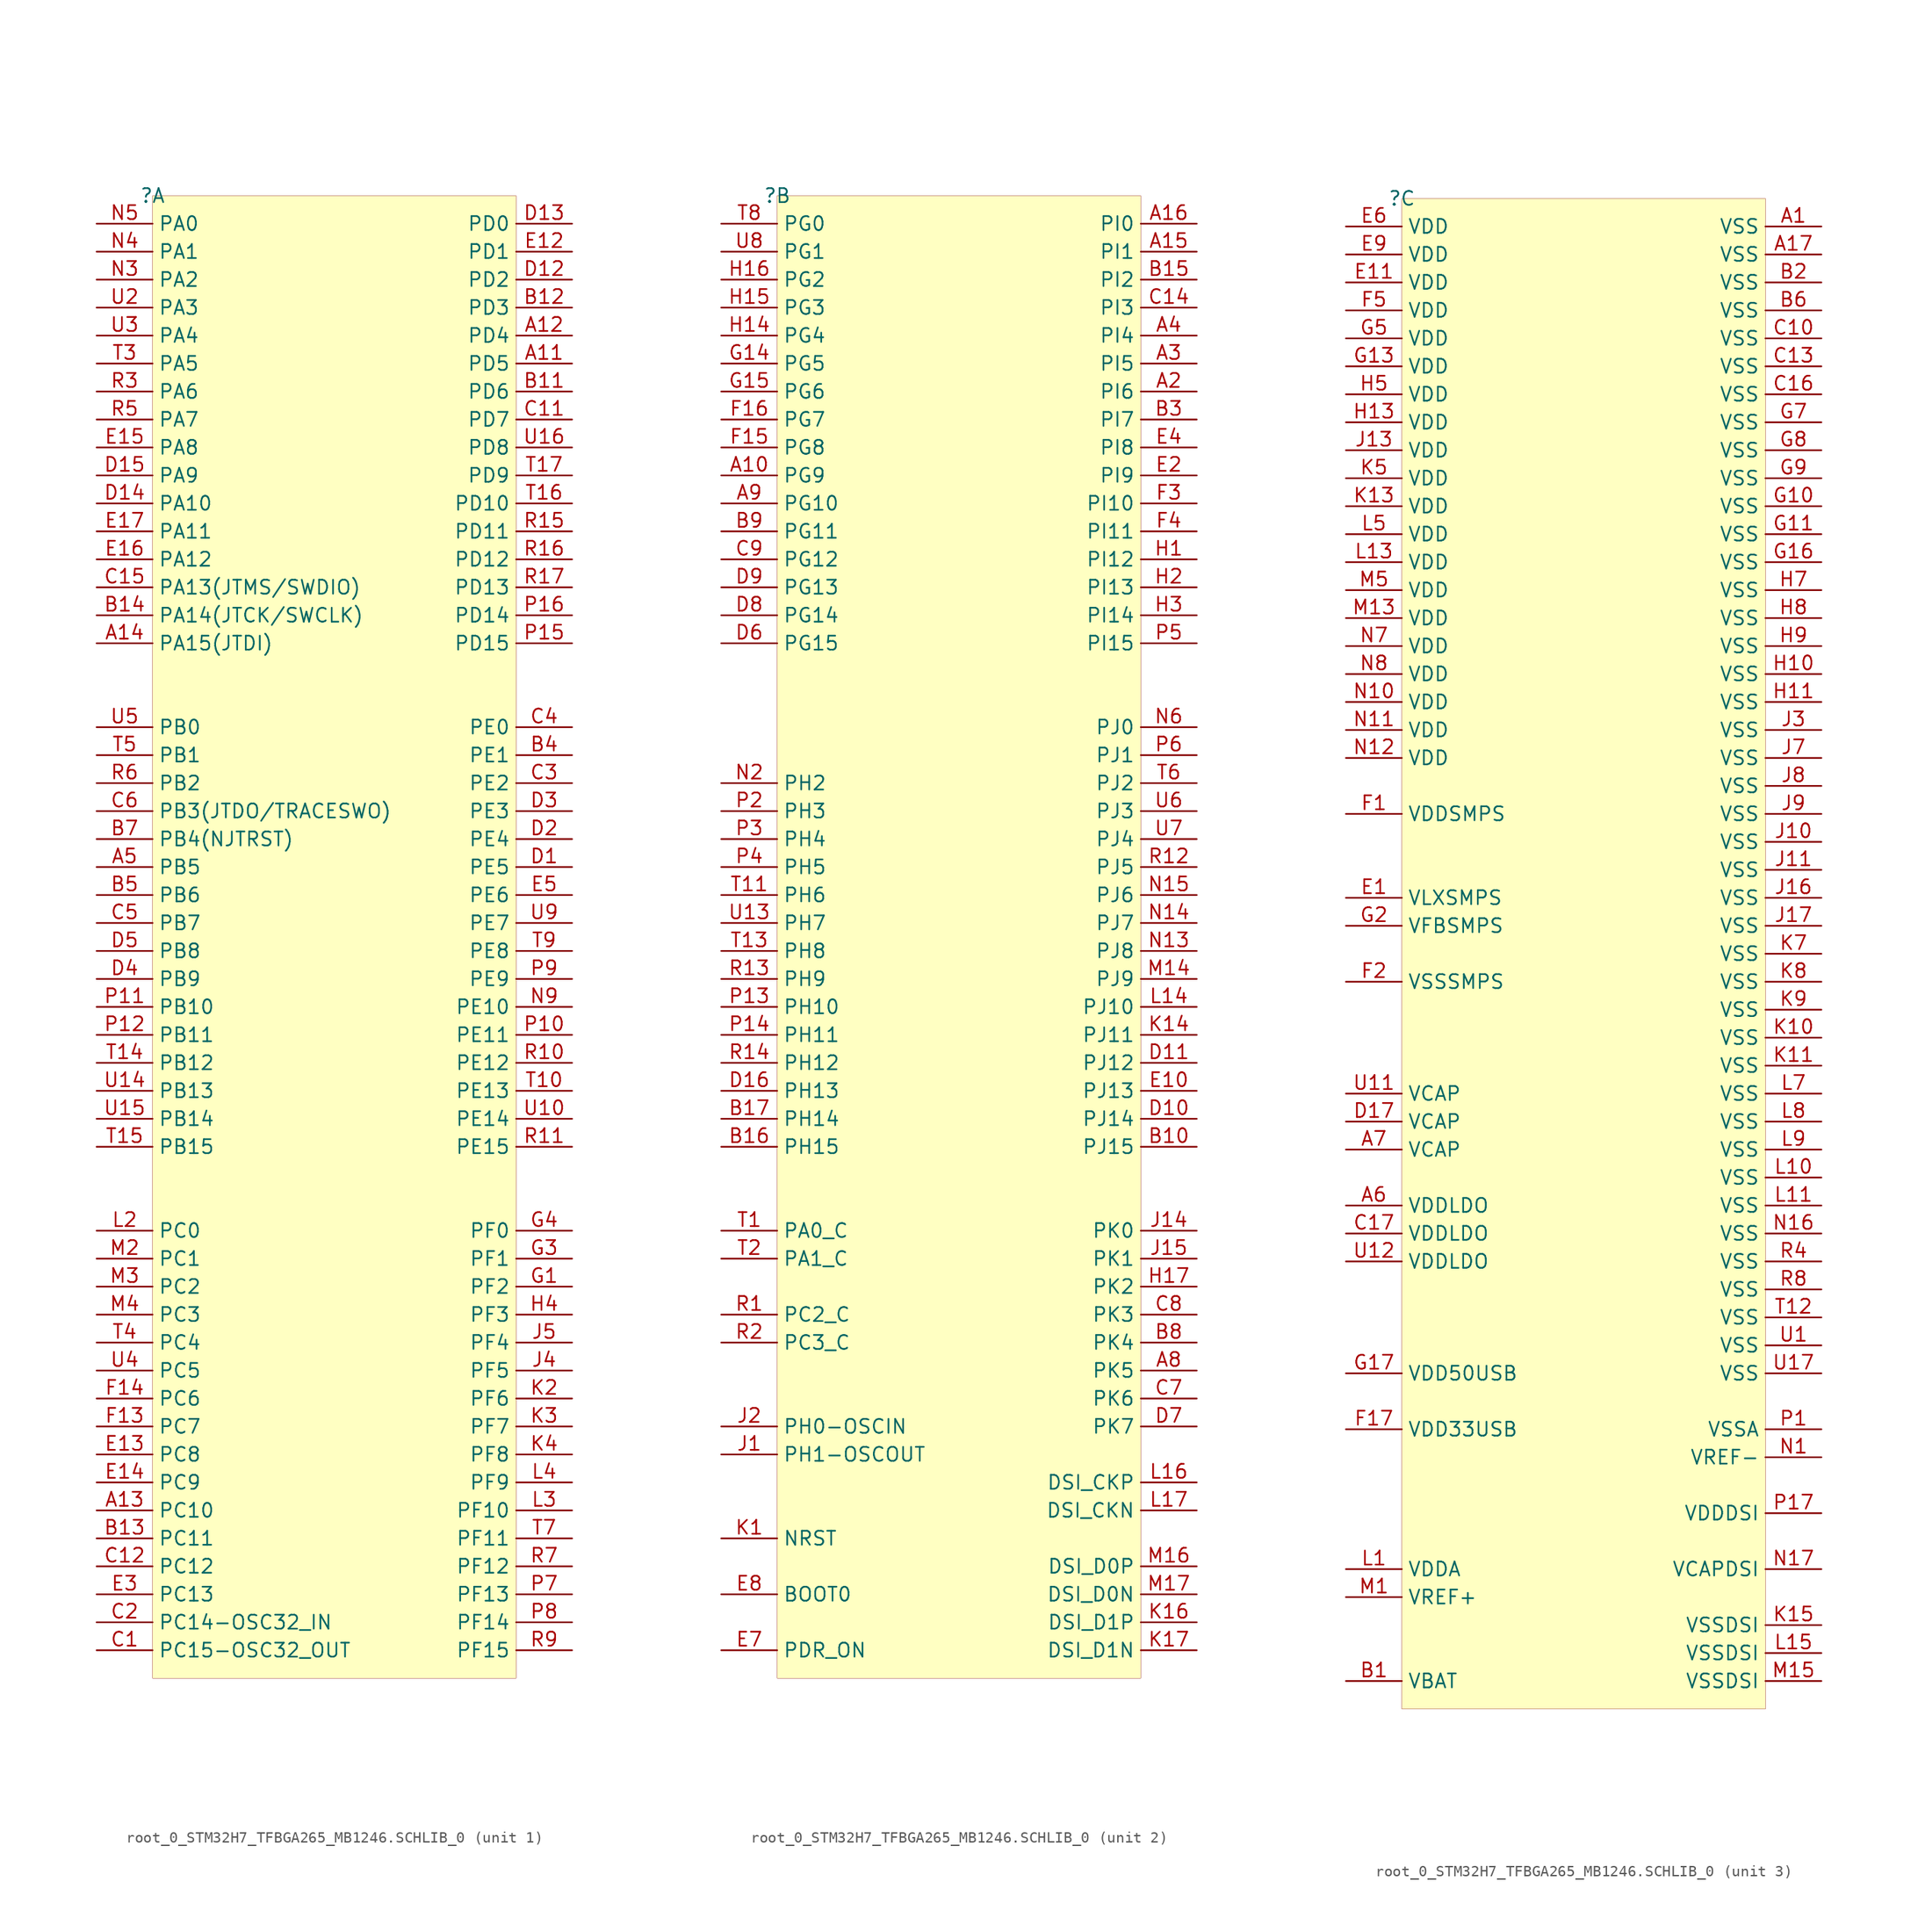
<source format=kicad_sym>
(kicad_symbol_lib
  (version 20241209)
  (generator "kicad_symbol_editor")
  (generator_version "9.0")
  (symbol "root_0_STM32H7_TFBGA265_MB1246.SCHLIB_0"
    (property "Reference" ""
      (at 0 0 0)
      (effects (font (size 1.27 1.27))))
    (property "Value" ""
      (at 0 0 0)
      (effects (font (size 1.27 1.27))))
    (symbol "root_0_STM32H7_TFBGA265_MB1246.SCHLIB_0_1_0"
      (rectangle (start 33.02 0) (end 0 -134.62) (stroke (width 0.025) (type solid) (color 128 0 0 1)) (fill (type background)))
      (pin passive line (at -5.08 -2.54 0) (length 5.08) (name "PA0" (effects (font (size 1.27 1.27)))) (number "N5" (effects (font (size 1.27 1.27)))))
      (pin passive line (at -5.08 -5.08 0) (length 5.08) (name "PA1" (effects (font (size 1.27 1.27)))) (number "N4" (effects (font (size 1.27 1.27)))))
      (pin passive line (at -5.08 -7.62 0) (length 5.08) (name "PA2" (effects (font (size 1.27 1.27)))) (number "N3" (effects (font (size 1.27 1.27)))))
      (pin passive line (at -5.08 -10.16 0) (length 5.08) (name "PA3" (effects (font (size 1.27 1.27)))) (number "U2" (effects (font (size 1.27 1.27)))))
      (pin passive line (at -5.08 -12.7 0) (length 5.08) (name "PA4" (effects (font (size 1.27 1.27)))) (number "U3" (effects (font (size 1.27 1.27)))))
      (pin passive line (at -5.08 -15.24 0) (length 5.08) (name "PA5" (effects (font (size 1.27 1.27)))) (number "T3" (effects (font (size 1.27 1.27)))))
      (pin passive line (at -5.08 -17.78 0) (length 5.08) (name "PA6" (effects (font (size 1.27 1.27)))) (number "R3" (effects (font (size 1.27 1.27)))))
      (pin passive line (at -5.08 -20.32 0) (length 5.08) (name "PA7" (effects (font (size 1.27 1.27)))) (number "R5" (effects (font (size 1.27 1.27)))))
      (pin passive line (at -5.08 -22.86 0) (length 5.08) (name "PA8" (effects (font (size 1.27 1.27)))) (number "E15" (effects (font (size 1.27 1.27)))))
      (pin passive line (at -5.08 -25.4 0) (length 5.08) (name "PA9" (effects (font (size 1.27 1.27)))) (number "D15" (effects (font (size 1.27 1.27)))))
      (pin passive line (at -5.08 -27.94 0) (length 5.08) (name "PA10" (effects (font (size 1.27 1.27)))) (number "D14" (effects (font (size 1.27 1.27)))))
      (pin passive line (at -5.08 -30.48 0) (length 5.08) (name "PA11" (effects (font (size 1.27 1.27)))) (number "E17" (effects (font (size 1.27 1.27)))))
      (pin passive line (at -5.08 -33.02 0) (length 5.08) (name "PA12" (effects (font (size 1.27 1.27)))) (number "E16" (effects (font (size 1.27 1.27)))))
      (pin passive line (at -5.08 -35.56 0) (length 5.08) (name "PA13(JTMS/SWDIO)" (effects (font (size 1.27 1.27)))) (number "C15" (effects (font (size 1.27 1.27)))))
      (pin passive line (at -5.08 -38.1 0) (length 5.08) (name "PA14(JTCK/SWCLK)" (effects (font (size 1.27 1.27)))) (number "B14" (effects (font (size 1.27 1.27)))))
      (pin passive line (at -5.08 -40.64 0) (length 5.08) (name "PA15(JTDI)" (effects (font (size 1.27 1.27)))) (number "A14" (effects (font (size 1.27 1.27)))))
      (pin passive line (at -5.08 -48.26 0) (length 5.08) (name "PB0" (effects (font (size 1.27 1.27)))) (number "U5" (effects (font (size 1.27 1.27)))))
      (pin passive line (at -5.08 -50.8 0) (length 5.08) (name "PB1" (effects (font (size 1.27 1.27)))) (number "T5" (effects (font (size 1.27 1.27)))))
      (pin passive line (at -5.08 -53.34 0) (length 5.08) (name "PB2" (effects (font (size 1.27 1.27)))) (number "R6" (effects (font (size 1.27 1.27)))))
      (pin passive line (at -5.08 -55.88 0) (length 5.08) (name "PB3(JTDO/TRACESWO)" (effects (font (size 1.27 1.27)))) (number "C6" (effects (font (size 1.27 1.27)))))
      (pin passive line (at -5.08 -58.42 0) (length 5.08) (name "PB4(NJTRST)" (effects (font (size 1.27 1.27)))) (number "B7" (effects (font (size 1.27 1.27)))))
      (pin passive line (at -5.08 -60.96 0) (length 5.08) (name "PB5" (effects (font (size 1.27 1.27)))) (number "A5" (effects (font (size 1.27 1.27)))))
      (pin passive line (at -5.08 -63.5 0) (length 5.08) (name "PB6" (effects (font (size 1.27 1.27)))) (number "B5" (effects (font (size 1.27 1.27)))))
      (pin passive line (at -5.08 -66.04 0) (length 5.08) (name "PB7" (effects (font (size 1.27 1.27)))) (number "C5" (effects (font (size 1.27 1.27)))))
      (pin passive line (at -5.08 -68.58 0) (length 5.08) (name "PB8" (effects (font (size 1.27 1.27)))) (number "D5" (effects (font (size 1.27 1.27)))))
      (pin passive line (at -5.08 -71.12 0) (length 5.08) (name "PB9" (effects (font (size 1.27 1.27)))) (number "D4" (effects (font (size 1.27 1.27)))))
      (pin passive line (at -5.08 -73.66 0) (length 5.08) (name "PB10" (effects (font (size 1.27 1.27)))) (number "P11" (effects (font (size 1.27 1.27)))))
      (pin passive line (at -5.08 -76.2 0) (length 5.08) (name "PB11" (effects (font (size 1.27 1.27)))) (number "P12" (effects (font (size 1.27 1.27)))))
      (pin passive line (at -5.08 -78.74 0) (length 5.08) (name "PB12" (effects (font (size 1.27 1.27)))) (number "T14" (effects (font (size 1.27 1.27)))))
      (pin passive line (at -5.08 -81.28 0) (length 5.08) (name "PB13" (effects (font (size 1.27 1.27)))) (number "U14" (effects (font (size 1.27 1.27)))))
      (pin passive line (at -5.08 -83.82 0) (length 5.08) (name "PB14" (effects (font (size 1.27 1.27)))) (number "U15" (effects (font (size 1.27 1.27)))))
      (pin passive line (at -5.08 -86.36 0) (length 5.08) (name "PB15" (effects (font (size 1.27 1.27)))) (number "T15" (effects (font (size 1.27 1.27)))))
      (pin passive line (at -5.08 -93.98 0) (length 5.08) (name "PC0" (effects (font (size 1.27 1.27)))) (number "L2" (effects (font (size 1.27 1.27)))))
      (pin passive line (at -5.08 -96.52 0) (length 5.08) (name "PC1" (effects (font (size 1.27 1.27)))) (number "M2" (effects (font (size 1.27 1.27)))))
      (pin passive line (at -5.08 -99.06 0) (length 5.08) (name "PC2" (effects (font (size 1.27 1.27)))) (number "M3" (effects (font (size 1.27 1.27)))))
      (pin passive line (at -5.08 -101.6 0) (length 5.08) (name "PC3" (effects (font (size 1.27 1.27)))) (number "M4" (effects (font (size 1.27 1.27)))))
      (pin passive line (at -5.08 -104.14 0) (length 5.08) (name "PC4" (effects (font (size 1.27 1.27)))) (number "T4" (effects (font (size 1.27 1.27)))))
      (pin passive line (at -5.08 -106.68 0) (length 5.08) (name "PC5" (effects (font (size 1.27 1.27)))) (number "U4" (effects (font (size 1.27 1.27)))))
      (pin passive line (at -5.08 -109.22 0) (length 5.08) (name "PC6" (effects (font (size 1.27 1.27)))) (number "F14" (effects (font (size 1.27 1.27)))))
      (pin passive line (at -5.08 -111.76 0) (length 5.08) (name "PC7" (effects (font (size 1.27 1.27)))) (number "F13" (effects (font (size 1.27 1.27)))))
      (pin passive line (at -5.08 -114.3 0) (length 5.08) (name "PC8" (effects (font (size 1.27 1.27)))) (number "E13" (effects (font (size 1.27 1.27)))))
      (pin passive line (at -5.08 -116.84 0) (length 5.08) (name "PC9" (effects (font (size 1.27 1.27)))) (number "E14" (effects (font (size 1.27 1.27)))))
      (pin passive line (at -5.08 -119.38 0) (length 5.08) (name "PC10" (effects (font (size 1.27 1.27)))) (number "A13" (effects (font (size 1.27 1.27)))))
      (pin passive line (at -5.08 -121.92 0) (length 5.08) (name "PC11" (effects (font (size 1.27 1.27)))) (number "B13" (effects (font (size 1.27 1.27)))))
      (pin passive line (at -5.08 -124.46 0) (length 5.08) (name "PC12" (effects (font (size 1.27 1.27)))) (number "C12" (effects (font (size 1.27 1.27)))))
      (pin passive line (at -5.08 -127 0) (length 5.08) (name "PC13" (effects (font (size 1.27 1.27)))) (number "E3" (effects (font (size 1.27 1.27)))))
      (pin passive line (at -5.08 -129.54 0) (length 5.08) (name "PC14-OSC32_IN" (effects (font (size 1.27 1.27)))) (number "C2" (effects (font (size 1.27 1.27)))))
      (pin passive line (at -5.08 -132.08 0) (length 5.08) (name "PC15-OSC32_OUT" (effects (font (size 1.27 1.27)))) (number "C1" (effects (font (size 1.27 1.27)))))
      (pin passive line (at 38.1 -2.54 180) (length 5.08) (name "PD0" (effects (font (size 1.27 1.27)))) (number "D13" (effects (font (size 1.27 1.27)))))
      (pin passive line (at 38.1 -5.08 180) (length 5.08) (name "PD1" (effects (font (size 1.27 1.27)))) (number "E12" (effects (font (size 1.27 1.27)))))
      (pin passive line (at 38.1 -7.62 180) (length 5.08) (name "PD2" (effects (font (size 1.27 1.27)))) (number "D12" (effects (font (size 1.27 1.27)))))
      (pin passive line (at 38.1 -10.16 180) (length 5.08) (name "PD3" (effects (font (size 1.27 1.27)))) (number "B12" (effects (font (size 1.27 1.27)))))
      (pin passive line (at 38.1 -12.7 180) (length 5.08) (name "PD4" (effects (font (size 1.27 1.27)))) (number "A12" (effects (font (size 1.27 1.27)))))
      (pin passive line (at 38.1 -15.24 180) (length 5.08) (name "PD5" (effects (font (size 1.27 1.27)))) (number "A11" (effects (font (size 1.27 1.27)))))
      (pin passive line (at 38.1 -17.78 180) (length 5.08) (name "PD6" (effects (font (size 1.27 1.27)))) (number "B11" (effects (font (size 1.27 1.27)))))
      (pin passive line (at 38.1 -20.32 180) (length 5.08) (name "PD7" (effects (font (size 1.27 1.27)))) (number "C11" (effects (font (size 1.27 1.27)))))
      (pin passive line (at 38.1 -22.86 180) (length 5.08) (name "PD8" (effects (font (size 1.27 1.27)))) (number "U16" (effects (font (size 1.27 1.27)))))
      (pin passive line (at 38.1 -25.4 180) (length 5.08) (name "PD9" (effects (font (size 1.27 1.27)))) (number "T17" (effects (font (size 1.27 1.27)))))
      (pin passive line (at 38.1 -27.94 180) (length 5.08) (name "PD10" (effects (font (size 1.27 1.27)))) (number "T16" (effects (font (size 1.27 1.27)))))
      (pin passive line (at 38.1 -30.48 180) (length 5.08) (name "PD11" (effects (font (size 1.27 1.27)))) (number "R15" (effects (font (size 1.27 1.27)))))
      (pin passive line (at 38.1 -33.02 180) (length 5.08) (name "PD12" (effects (font (size 1.27 1.27)))) (number "R16" (effects (font (size 1.27 1.27)))))
      (pin passive line (at 38.1 -35.56 180) (length 5.08) (name "PD13" (effects (font (size 1.27 1.27)))) (number "R17" (effects (font (size 1.27 1.27)))))
      (pin passive line (at 38.1 -38.1 180) (length 5.08) (name "PD14" (effects (font (size 1.27 1.27)))) (number "P16" (effects (font (size 1.27 1.27)))))
      (pin passive line (at 38.1 -40.64 180) (length 5.08) (name "PD15" (effects (font (size 1.27 1.27)))) (number "P15" (effects (font (size 1.27 1.27)))))
      (pin passive line (at 38.1 -48.26 180) (length 5.08) (name "PE0" (effects (font (size 1.27 1.27)))) (number "C4" (effects (font (size 1.27 1.27)))))
      (pin passive line (at 38.1 -50.8 180) (length 5.08) (name "PE1" (effects (font (size 1.27 1.27)))) (number "B4" (effects (font (size 1.27 1.27)))))
      (pin passive line (at 38.1 -53.34 180) (length 5.08) (name "PE2" (effects (font (size 1.27 1.27)))) (number "C3" (effects (font (size 1.27 1.27)))))
      (pin passive line (at 38.1 -55.88 180) (length 5.08) (name "PE3" (effects (font (size 1.27 1.27)))) (number "D3" (effects (font (size 1.27 1.27)))))
      (pin passive line (at 38.1 -58.42 180) (length 5.08) (name "PE4" (effects (font (size 1.27 1.27)))) (number "D2" (effects (font (size 1.27 1.27)))))
      (pin passive line (at 38.1 -60.96 180) (length 5.08) (name "PE5" (effects (font (size 1.27 1.27)))) (number "D1" (effects (font (size 1.27 1.27)))))
      (pin passive line (at 38.1 -63.5 180) (length 5.08) (name "PE6" (effects (font (size 1.27 1.27)))) (number "E5" (effects (font (size 1.27 1.27)))))
      (pin passive line (at 38.1 -66.04 180) (length 5.08) (name "PE7" (effects (font (size 1.27 1.27)))) (number "U9" (effects (font (size 1.27 1.27)))))
      (pin passive line (at 38.1 -68.58 180) (length 5.08) (name "PE8" (effects (font (size 1.27 1.27)))) (number "T9" (effects (font (size 1.27 1.27)))))
      (pin passive line (at 38.1 -71.12 180) (length 5.08) (name "PE9" (effects (font (size 1.27 1.27)))) (number "P9" (effects (font (size 1.27 1.27)))))
      (pin passive line (at 38.1 -73.66 180) (length 5.08) (name "PE10" (effects (font (size 1.27 1.27)))) (number "N9" (effects (font (size 1.27 1.27)))))
      (pin passive line (at 38.1 -76.2 180) (length 5.08) (name "PE11" (effects (font (size 1.27 1.27)))) (number "P10" (effects (font (size 1.27 1.27)))))
      (pin passive line (at 38.1 -78.74 180) (length 5.08) (name "PE12" (effects (font (size 1.27 1.27)))) (number "R10" (effects (font (size 1.27 1.27)))))
      (pin passive line (at 38.1 -81.28 180) (length 5.08) (name "PE13" (effects (font (size 1.27 1.27)))) (number "T10" (effects (font (size 1.27 1.27)))))
      (pin passive line (at 38.1 -83.82 180) (length 5.08) (name "PE14" (effects (font (size 1.27 1.27)))) (number "U10" (effects (font (size 1.27 1.27)))))
      (pin passive line (at 38.1 -86.36 180) (length 5.08) (name "PE15" (effects (font (size 1.27 1.27)))) (number "R11" (effects (font (size 1.27 1.27)))))
      (pin passive line (at 38.1 -93.98 180) (length 5.08) (name "PF0" (effects (font (size 1.27 1.27)))) (number "G4" (effects (font (size 1.27 1.27)))))
      (pin passive line (at 38.1 -96.52 180) (length 5.08) (name "PF1" (effects (font (size 1.27 1.27)))) (number "G3" (effects (font (size 1.27 1.27)))))
      (pin passive line (at 38.1 -99.06 180) (length 5.08) (name "PF2" (effects (font (size 1.27 1.27)))) (number "G1" (effects (font (size 1.27 1.27)))))
      (pin passive line (at 38.1 -101.6 180) (length 5.08) (name "PF3" (effects (font (size 1.27 1.27)))) (number "H4" (effects (font (size 1.27 1.27)))))
      (pin passive line (at 38.1 -104.14 180) (length 5.08) (name "PF4" (effects (font (size 1.27 1.27)))) (number "J5" (effects (font (size 1.27 1.27)))))
      (pin passive line (at 38.1 -106.68 180) (length 5.08) (name "PF5" (effects (font (size 1.27 1.27)))) (number "J4" (effects (font (size 1.27 1.27)))))
      (pin passive line (at 38.1 -109.22 180) (length 5.08) (name "PF6" (effects (font (size 1.27 1.27)))) (number "K2" (effects (font (size 1.27 1.27)))))
      (pin passive line (at 38.1 -111.76 180) (length 5.08) (name "PF7" (effects (font (size 1.27 1.27)))) (number "K3" (effects (font (size 1.27 1.27)))))
      (pin passive line (at 38.1 -114.3 180) (length 5.08) (name "PF8" (effects (font (size 1.27 1.27)))) (number "K4" (effects (font (size 1.27 1.27)))))
      (pin passive line (at 38.1 -116.84 180) (length 5.08) (name "PF9" (effects (font (size 1.27 1.27)))) (number "L4" (effects (font (size 1.27 1.27)))))
      (pin passive line (at 38.1 -119.38 180) (length 5.08) (name "PF10" (effects (font (size 1.27 1.27)))) (number "L3" (effects (font (size 1.27 1.27)))))
      (pin passive line (at 38.1 -121.92 180) (length 5.08) (name "PF11" (effects (font (size 1.27 1.27)))) (number "T7" (effects (font (size 1.27 1.27)))))
      (pin passive line (at 38.1 -124.46 180) (length 5.08) (name "PF12" (effects (font (size 1.27 1.27)))) (number "R7" (effects (font (size 1.27 1.27)))))
      (pin passive line (at 38.1 -127 180) (length 5.08) (name "PF13" (effects (font (size 1.27 1.27)))) (number "P7" (effects (font (size 1.27 1.27)))))
      (pin passive line (at 38.1 -129.54 180) (length 5.08) (name "PF14" (effects (font (size 1.27 1.27)))) (number "P8" (effects (font (size 1.27 1.27)))))
      (pin passive line (at 38.1 -132.08 180) (length 5.08) (name "PF15" (effects (font (size 1.27 1.27)))) (number "R9" (effects (font (size 1.27 1.27))))))
    (symbol "root_0_STM32H7_TFBGA265_MB1246.SCHLIB_0_2_0"
      (rectangle (start 33.02 0) (end 0 -134.62) (stroke (width 0.025) (type solid) (color 128 0 0 1)) (fill (type background)))
      (pin passive line (at -5.08 -2.54 0) (length 5.08) (name "PG0" (effects (font (size 1.27 1.27)))) (number "T8" (effects (font (size 1.27 1.27)))))
      (pin passive line (at -5.08 -5.08 0) (length 5.08) (name "PG1" (effects (font (size 1.27 1.27)))) (number "U8" (effects (font (size 1.27 1.27)))))
      (pin passive line (at -5.08 -7.62 0) (length 5.08) (name "PG2" (effects (font (size 1.27 1.27)))) (number "H16" (effects (font (size 1.27 1.27)))))
      (pin passive line (at -5.08 -10.16 0) (length 5.08) (name "PG3" (effects (font (size 1.27 1.27)))) (number "H15" (effects (font (size 1.27 1.27)))))
      (pin passive line (at -5.08 -12.7 0) (length 5.08) (name "PG4" (effects (font (size 1.27 1.27)))) (number "H14" (effects (font (size 1.27 1.27)))))
      (pin passive line (at -5.08 -15.24 0) (length 5.08) (name "PG5" (effects (font (size 1.27 1.27)))) (number "G14" (effects (font (size 1.27 1.27)))))
      (pin passive line (at -5.08 -17.78 0) (length 5.08) (name "PG6" (effects (font (size 1.27 1.27)))) (number "G15" (effects (font (size 1.27 1.27)))))
      (pin passive line (at -5.08 -20.32 0) (length 5.08) (name "PG7" (effects (font (size 1.27 1.27)))) (number "F16" (effects (font (size 1.27 1.27)))))
      (pin passive line (at -5.08 -22.86 0) (length 5.08) (name "PG8" (effects (font (size 1.27 1.27)))) (number "F15" (effects (font (size 1.27 1.27)))))
      (pin passive line (at -5.08 -25.4 0) (length 5.08) (name "PG9" (effects (font (size 1.27 1.27)))) (number "A10" (effects (font (size 1.27 1.27)))))
      (pin passive line (at -5.08 -27.94 0) (length 5.08) (name "PG10" (effects (font (size 1.27 1.27)))) (number "A9" (effects (font (size 1.27 1.27)))))
      (pin passive line (at -5.08 -30.48 0) (length 5.08) (name "PG11" (effects (font (size 1.27 1.27)))) (number "B9" (effects (font (size 1.27 1.27)))))
      (pin passive line (at -5.08 -33.02 0) (length 5.08) (name "PG12" (effects (font (size 1.27 1.27)))) (number "C9" (effects (font (size 1.27 1.27)))))
      (pin passive line (at -5.08 -35.56 0) (length 5.08) (name "PG13" (effects (font (size 1.27 1.27)))) (number "D9" (effects (font (size 1.27 1.27)))))
      (pin passive line (at -5.08 -38.1 0) (length 5.08) (name "PG14" (effects (font (size 1.27 1.27)))) (number "D8" (effects (font (size 1.27 1.27)))))
      (pin passive line (at -5.08 -40.64 0) (length 5.08) (name "PG15" (effects (font (size 1.27 1.27)))) (number "D6" (effects (font (size 1.27 1.27)))))
      (pin passive line (at -5.08 -53.34 0) (length 5.08) (name "PH2" (effects (font (size 1.27 1.27)))) (number "N2" (effects (font (size 1.27 1.27)))))
      (pin passive line (at -5.08 -55.88 0) (length 5.08) (name "PH3" (effects (font (size 1.27 1.27)))) (number "P2" (effects (font (size 1.27 1.27)))))
      (pin passive line (at -5.08 -58.42 0) (length 5.08) (name "PH4" (effects (font (size 1.27 1.27)))) (number "P3" (effects (font (size 1.27 1.27)))))
      (pin passive line (at -5.08 -60.96 0) (length 5.08) (name "PH5" (effects (font (size 1.27 1.27)))) (number "P4" (effects (font (size 1.27 1.27)))))
      (pin passive line (at -5.08 -63.5 0) (length 5.08) (name "PH6" (effects (font (size 1.27 1.27)))) (number "T11" (effects (font (size 1.27 1.27)))))
      (pin passive line (at -5.08 -66.04 0) (length 5.08) (name "PH7" (effects (font (size 1.27 1.27)))) (number "U13" (effects (font (size 1.27 1.27)))))
      (pin passive line (at -5.08 -68.58 0) (length 5.08) (name "PH8" (effects (font (size 1.27 1.27)))) (number "T13" (effects (font (size 1.27 1.27)))))
      (pin passive line (at -5.08 -71.12 0) (length 5.08) (name "PH9" (effects (font (size 1.27 1.27)))) (number "R13" (effects (font (size 1.27 1.27)))))
      (pin passive line (at -5.08 -73.66 0) (length 5.08) (name "PH10" (effects (font (size 1.27 1.27)))) (number "P13" (effects (font (size 1.27 1.27)))))
      (pin passive line (at -5.08 -76.2 0) (length 5.08) (name "PH11" (effects (font (size 1.27 1.27)))) (number "P14" (effects (font (size 1.27 1.27)))))
      (pin passive line (at -5.08 -78.74 0) (length 5.08) (name "PH12" (effects (font (size 1.27 1.27)))) (number "R14" (effects (font (size 1.27 1.27)))))
      (pin passive line (at -5.08 -81.28 0) (length 5.08) (name "PH13" (effects (font (size 1.27 1.27)))) (number "D16" (effects (font (size 1.27 1.27)))))
      (pin passive line (at -5.08 -83.82 0) (length 5.08) (name "PH14" (effects (font (size 1.27 1.27)))) (number "B17" (effects (font (size 1.27 1.27)))))
      (pin passive line (at -5.08 -86.36 0) (length 5.08) (name "PH15" (effects (font (size 1.27 1.27)))) (number "B16" (effects (font (size 1.27 1.27)))))
      (pin passive line (at -5.08 -93.98 0) (length 5.08) (name "PA0_C" (effects (font (size 1.27 1.27)))) (number "T1" (effects (font (size 1.27 1.27)))))
      (pin passive line (at -5.08 -96.52 0) (length 5.08) (name "PA1_C" (effects (font (size 1.27 1.27)))) (number "T2" (effects (font (size 1.27 1.27)))))
      (pin passive line (at -5.08 -101.6 0) (length 5.08) (name "PC2_C" (effects (font (size 1.27 1.27)))) (number "R1" (effects (font (size 1.27 1.27)))))
      (pin passive line (at -5.08 -104.14 0) (length 5.08) (name "PC3_C" (effects (font (size 1.27 1.27)))) (number "R2" (effects (font (size 1.27 1.27)))))
      (pin passive line (at -5.08 -111.76 0) (length 5.08) (name "PH0-OSCIN" (effects (font (size 1.27 1.27)))) (number "J2" (effects (font (size 1.27 1.27)))))
      (pin passive line (at -5.08 -114.3 0) (length 5.08) (name "PH1-OSCOUT" (effects (font (size 1.27 1.27)))) (number "J1" (effects (font (size 1.27 1.27)))))
      (pin passive line (at -5.08 -121.92 0) (length 5.08) (name "NRST" (effects (font (size 1.27 1.27)))) (number "K1" (effects (font (size 1.27 1.27)))))
      (pin passive line (at -5.08 -127 0) (length 5.08) (name "BOOT0" (effects (font (size 1.27 1.27)))) (number "E8" (effects (font (size 1.27 1.27)))))
      (pin passive line (at -5.08 -132.08 0) (length 5.08) (name "PDR_ON" (effects (font (size 1.27 1.27)))) (number "E7" (effects (font (size 1.27 1.27)))))
      (pin passive line (at 38.1 -2.54 180) (length 5.08) (name "PI0" (effects (font (size 1.27 1.27)))) (number "A16" (effects (font (size 1.27 1.27)))))
      (pin passive line (at 38.1 -5.08 180) (length 5.08) (name "PI1" (effects (font (size 1.27 1.27)))) (number "A15" (effects (font (size 1.27 1.27)))))
      (pin passive line (at 38.1 -7.62 180) (length 5.08) (name "PI2" (effects (font (size 1.27 1.27)))) (number "B15" (effects (font (size 1.27 1.27)))))
      (pin passive line (at 38.1 -10.16 180) (length 5.08) (name "PI3" (effects (font (size 1.27 1.27)))) (number "C14" (effects (font (size 1.27 1.27)))))
      (pin passive line (at 38.1 -12.7 180) (length 5.08) (name "PI4" (effects (font (size 1.27 1.27)))) (number "A4" (effects (font (size 1.27 1.27)))))
      (pin passive line (at 38.1 -15.24 180) (length 5.08) (name "PI5" (effects (font (size 1.27 1.27)))) (number "A3" (effects (font (size 1.27 1.27)))))
      (pin passive line (at 38.1 -17.78 180) (length 5.08) (name "PI6" (effects (font (size 1.27 1.27)))) (number "A2" (effects (font (size 1.27 1.27)))))
      (pin passive line (at 38.1 -20.32 180) (length 5.08) (name "PI7" (effects (font (size 1.27 1.27)))) (number "B3" (effects (font (size 1.27 1.27)))))
      (pin passive line (at 38.1 -22.86 180) (length 5.08) (name "PI8" (effects (font (size 1.27 1.27)))) (number "E4" (effects (font (size 1.27 1.27)))))
      (pin passive line (at 38.1 -25.4 180) (length 5.08) (name "PI9" (effects (font (size 1.27 1.27)))) (number "E2" (effects (font (size 1.27 1.27)))))
      (pin passive line (at 38.1 -27.94 180) (length 5.08) (name "PI10" (effects (font (size 1.27 1.27)))) (number "F3" (effects (font (size 1.27 1.27)))))
      (pin passive line (at 38.1 -30.48 180) (length 5.08) (name "PI11" (effects (font (size 1.27 1.27)))) (number "F4" (effects (font (size 1.27 1.27)))))
      (pin passive line (at 38.1 -33.02 180) (length 5.08) (name "PI12" (effects (font (size 1.27 1.27)))) (number "H1" (effects (font (size 1.27 1.27)))))
      (pin passive line (at 38.1 -35.56 180) (length 5.08) (name "PI13" (effects (font (size 1.27 1.27)))) (number "H2" (effects (font (size 1.27 1.27)))))
      (pin passive line (at 38.1 -38.1 180) (length 5.08) (name "PI14" (effects (font (size 1.27 1.27)))) (number "H3" (effects (font (size 1.27 1.27)))))
      (pin passive line (at 38.1 -40.64 180) (length 5.08) (name "PI15" (effects (font (size 1.27 1.27)))) (number "P5" (effects (font (size 1.27 1.27)))))
      (pin passive line (at 38.1 -48.26 180) (length 5.08) (name "PJ0" (effects (font (size 1.27 1.27)))) (number "N6" (effects (font (size 1.27 1.27)))))
      (pin passive line (at 38.1 -50.8 180) (length 5.08) (name "PJ1" (effects (font (size 1.27 1.27)))) (number "P6" (effects (font (size 1.27 1.27)))))
      (pin passive line (at 38.1 -53.34 180) (length 5.08) (name "PJ2" (effects (font (size 1.27 1.27)))) (number "T6" (effects (font (size 1.27 1.27)))))
      (pin passive line (at 38.1 -55.88 180) (length 5.08) (name "PJ3" (effects (font (size 1.27 1.27)))) (number "U6" (effects (font (size 1.27 1.27)))))
      (pin passive line (at 38.1 -58.42 180) (length 5.08) (name "PJ4" (effects (font (size 1.27 1.27)))) (number "U7" (effects (font (size 1.27 1.27)))))
      (pin passive line (at 38.1 -60.96 180) (length 5.08) (name "PJ5" (effects (font (size 1.27 1.27)))) (number "R12" (effects (font (size 1.27 1.27)))))
      (pin passive line (at 38.1 -63.5 180) (length 5.08) (name "PJ6" (effects (font (size 1.27 1.27)))) (number "N15" (effects (font (size 1.27 1.27)))))
      (pin passive line (at 38.1 -66.04 180) (length 5.08) (name "PJ7" (effects (font (size 1.27 1.27)))) (number "N14" (effects (font (size 1.27 1.27)))))
      (pin passive line (at 38.1 -68.58 180) (length 5.08) (name "PJ8" (effects (font (size 1.27 1.27)))) (number "N13" (effects (font (size 1.27 1.27)))))
      (pin passive line (at 38.1 -71.12 180) (length 5.08) (name "PJ9" (effects (font (size 1.27 1.27)))) (number "M14" (effects (font (size 1.27 1.27)))))
      (pin passive line (at 38.1 -73.66 180) (length 5.08) (name "PJ10" (effects (font (size 1.27 1.27)))) (number "L14" (effects (font (size 1.27 1.27)))))
      (pin passive line (at 38.1 -76.2 180) (length 5.08) (name "PJ11" (effects (font (size 1.27 1.27)))) (number "K14" (effects (font (size 1.27 1.27)))))
      (pin passive line (at 38.1 -78.74 180) (length 5.08) (name "PJ12" (effects (font (size 1.27 1.27)))) (number "D11" (effects (font (size 1.27 1.27)))))
      (pin passive line (at 38.1 -81.28 180) (length 5.08) (name "PJ13" (effects (font (size 1.27 1.27)))) (number "E10" (effects (font (size 1.27 1.27)))))
      (pin passive line (at 38.1 -83.82 180) (length 5.08) (name "PJ14" (effects (font (size 1.27 1.27)))) (number "D10" (effects (font (size 1.27 1.27)))))
      (pin passive line (at 38.1 -86.36 180) (length 5.08) (name "PJ15" (effects (font (size 1.27 1.27)))) (number "B10" (effects (font (size 1.27 1.27)))))
      (pin passive line (at 38.1 -93.98 180) (length 5.08) (name "PK0" (effects (font (size 1.27 1.27)))) (number "J14" (effects (font (size 1.27 1.27)))))
      (pin passive line (at 38.1 -96.52 180) (length 5.08) (name "PK1" (effects (font (size 1.27 1.27)))) (number "J15" (effects (font (size 1.27 1.27)))))
      (pin passive line (at 38.1 -99.06 180) (length 5.08) (name "PK2" (effects (font (size 1.27 1.27)))) (number "H17" (effects (font (size 1.27 1.27)))))
      (pin passive line (at 38.1 -101.6 180) (length 5.08) (name "PK3" (effects (font (size 1.27 1.27)))) (number "C8" (effects (font (size 1.27 1.27)))))
      (pin passive line (at 38.1 -104.14 180) (length 5.08) (name "PK4" (effects (font (size 1.27 1.27)))) (number "B8" (effects (font (size 1.27 1.27)))))
      (pin passive line (at 38.1 -106.68 180) (length 5.08) (name "PK5" (effects (font (size 1.27 1.27)))) (number "A8" (effects (font (size 1.27 1.27)))))
      (pin passive line (at 38.1 -109.22 180) (length 5.08) (name "PK6" (effects (font (size 1.27 1.27)))) (number "C7" (effects (font (size 1.27 1.27)))))
      (pin passive line (at 38.1 -111.76 180) (length 5.08) (name "PK7" (effects (font (size 1.27 1.27)))) (number "D7" (effects (font (size 1.27 1.27)))))
      (pin passive line (at 38.1 -116.84 180) (length 5.08) (name "DSI_CKP" (effects (font (size 1.27 1.27)))) (number "L16" (effects (font (size 1.27 1.27)))))
      (pin passive line (at 38.1 -119.38 180) (length 5.08) (name "DSI_CKN" (effects (font (size 1.27 1.27)))) (number "L17" (effects (font (size 1.27 1.27)))))
      (pin passive line (at 38.1 -124.46 180) (length 5.08) (name "DSI_D0P" (effects (font (size 1.27 1.27)))) (number "M16" (effects (font (size 1.27 1.27)))))
      (pin passive line (at 38.1 -127 180) (length 5.08) (name "DSI_D0N" (effects (font (size 1.27 1.27)))) (number "M17" (effects (font (size 1.27 1.27)))))
      (pin passive line (at 38.1 -129.54 180) (length 5.08) (name "DSI_D1P" (effects (font (size 1.27 1.27)))) (number "K16" (effects (font (size 1.27 1.27)))))
      (pin passive line (at 38.1 -132.08 180) (length 5.08) (name "DSI_D1N" (effects (font (size 1.27 1.27)))) (number "K17" (effects (font (size 1.27 1.27))))))
    (symbol "root_0_STM32H7_TFBGA265_MB1246.SCHLIB_0_3_0"
      (rectangle (start 33.02 0) (end 0 -137.16) (stroke (width 0.025) (type solid) (color 128 0 0 1)) (fill (type background)))
      (pin passive line (at -5.08 -2.54 0) (length 5.08) (name "VDD" (effects (font (size 1.27 1.27)))) (number "E6" (effects (font (size 1.27 1.27)))))
      (pin passive line (at -5.08 -5.08 0) (length 5.08) (name "VDD" (effects (font (size 1.27 1.27)))) (number "E9" (effects (font (size 1.27 1.27)))))
      (pin passive line (at -5.08 -7.62 0) (length 5.08) (name "VDD" (effects (font (size 1.27 1.27)))) (number "E11" (effects (font (size 1.27 1.27)))))
      (pin passive line (at -5.08 -10.16 0) (length 5.08) (name "VDD" (effects (font (size 1.27 1.27)))) (number "F5" (effects (font (size 1.27 1.27)))))
      (pin passive line (at -5.08 -12.7 0) (length 5.08) (name "VDD" (effects (font (size 1.27 1.27)))) (number "G5" (effects (font (size 1.27 1.27)))))
      (pin passive line (at -5.08 -15.24 0) (length 5.08) (name "VDD" (effects (font (size 1.27 1.27)))) (number "G13" (effects (font (size 1.27 1.27)))))
      (pin passive line (at -5.08 -17.78 0) (length 5.08) (name "VDD" (effects (font (size 1.27 1.27)))) (number "H5" (effects (font (size 1.27 1.27)))))
      (pin passive line (at -5.08 -20.32 0) (length 5.08) (name "VDD" (effects (font (size 1.27 1.27)))) (number "H13" (effects (font (size 1.27 1.27)))))
      (pin passive line (at -5.08 -22.86 0) (length 5.08) (name "VDD" (effects (font (size 1.27 1.27)))) (number "J13" (effects (font (size 1.27 1.27)))))
      (pin passive line (at -5.08 -25.4 0) (length 5.08) (name "VDD" (effects (font (size 1.27 1.27)))) (number "K5" (effects (font (size 1.27 1.27)))))
      (pin passive line (at -5.08 -27.94 0) (length 5.08) (name "VDD" (effects (font (size 1.27 1.27)))) (number "K13" (effects (font (size 1.27 1.27)))))
      (pin passive line (at -5.08 -30.48 0) (length 5.08) (name "VDD" (effects (font (size 1.27 1.27)))) (number "L5" (effects (font (size 1.27 1.27)))))
      (pin passive line (at -5.08 -33.02 0) (length 5.08) (name "VDD" (effects (font (size 1.27 1.27)))) (number "L13" (effects (font (size 1.27 1.27)))))
      (pin passive line (at -5.08 -35.56 0) (length 5.08) (name "VDD" (effects (font (size 1.27 1.27)))) (number "M5" (effects (font (size 1.27 1.27)))))
      (pin passive line (at -5.08 -38.1 0) (length 5.08) (name "VDD" (effects (font (size 1.27 1.27)))) (number "M13" (effects (font (size 1.27 1.27)))))
      (pin passive line (at -5.08 -40.64 0) (length 5.08) (name "VDD" (effects (font (size 1.27 1.27)))) (number "N7" (effects (font (size 1.27 1.27)))))
      (pin passive line (at -5.08 -43.18 0) (length 5.08) (name "VDD" (effects (font (size 1.27 1.27)))) (number "N8" (effects (font (size 1.27 1.27)))))
      (pin passive line (at -5.08 -45.72 0) (length 5.08) (name "VDD" (effects (font (size 1.27 1.27)))) (number "N10" (effects (font (size 1.27 1.27)))))
      (pin passive line (at -5.08 -48.26 0) (length 5.08) (name "VDD" (effects (font (size 1.27 1.27)))) (number "N11" (effects (font (size 1.27 1.27)))))
      (pin passive line (at -5.08 -50.8 0) (length 5.08) (name "VDD" (effects (font (size 1.27 1.27)))) (number "N12" (effects (font (size 1.27 1.27)))))
      (pin passive line (at -5.08 -55.88 0) (length 5.08) (name "VDDSMPS" (effects (font (size 1.27 1.27)))) (number "F1" (effects (font (size 1.27 1.27)))))
      (pin passive line (at -5.08 -63.5 0) (length 5.08) (name "VLXSMPS" (effects (font (size 1.27 1.27)))) (number "E1" (effects (font (size 1.27 1.27)))))
      (pin passive line (at -5.08 -66.04 0) (length 5.08) (name "VFBSMPS" (effects (font (size 1.27 1.27)))) (number "G2" (effects (font (size 1.27 1.27)))))
      (pin passive line (at -5.08 -71.12 0) (length 5.08) (name "VSSSMPS" (effects (font (size 1.27 1.27)))) (number "F2" (effects (font (size 1.27 1.27)))))
      (pin passive line (at -5.08 -81.28 0) (length 5.08) (name "VCAP" (effects (font (size 1.27 1.27)))) (number "U11" (effects (font (size 1.27 1.27)))))
      (pin passive line (at -5.08 -83.82 0) (length 5.08) (name "VCAP" (effects (font (size 1.27 1.27)))) (number "D17" (effects (font (size 1.27 1.27)))))
      (pin passive line (at -5.08 -86.36 0) (length 5.08) (name "VCAP" (effects (font (size 1.27 1.27)))) (number "A7" (effects (font (size 1.27 1.27)))))
      (pin passive line (at -5.08 -91.44 0) (length 5.08) (name "VDDLDO" (effects (font (size 1.27 1.27)))) (number "A6" (effects (font (size 1.27 1.27)))))
      (pin passive line (at -5.08 -93.98 0) (length 5.08) (name "VDDLDO" (effects (font (size 1.27 1.27)))) (number "C17" (effects (font (size 1.27 1.27)))))
      (pin passive line (at -5.08 -96.52 0) (length 5.08) (name "VDDLDO" (effects (font (size 1.27 1.27)))) (number "U12" (effects (font (size 1.27 1.27)))))
      (pin passive line (at -5.08 -106.68 0) (length 5.08) (name "VDD50USB" (effects (font (size 1.27 1.27)))) (number "G17" (effects (font (size 1.27 1.27)))))
      (pin passive line (at -5.08 -111.76 0) (length 5.08) (name "VDD33USB" (effects (font (size 1.27 1.27)))) (number "F17" (effects (font (size 1.27 1.27)))))
      (pin passive line (at -5.08 -124.46 0) (length 5.08) (name "VDDA" (effects (font (size 1.27 1.27)))) (number "L1" (effects (font (size 1.27 1.27)))))
      (pin passive line (at -5.08 -127 0) (length 5.08) (name "VREF+" (effects (font (size 1.27 1.27)))) (number "M1" (effects (font (size 1.27 1.27)))))
      (pin passive line (at -5.08 -134.62 0) (length 5.08) (name "VBAT" (effects (font (size 1.27 1.27)))) (number "B1" (effects (font (size 1.27 1.27)))))
      (pin passive line (at 38.1 -2.54 180) (length 5.08) (name "VSS" (effects (font (size 1.27 1.27)))) (number "A1" (effects (font (size 1.27 1.27)))))
      (pin passive line (at 38.1 -5.08 180) (length 5.08) (name "VSS" (effects (font (size 1.27 1.27)))) (number "A17" (effects (font (size 1.27 1.27)))))
      (pin passive line (at 38.1 -7.62 180) (length 5.08) (name "VSS" (effects (font (size 1.27 1.27)))) (number "B2" (effects (font (size 1.27 1.27)))))
      (pin passive line (at 38.1 -10.16 180) (length 5.08) (name "VSS" (effects (font (size 1.27 1.27)))) (number "B6" (effects (font (size 1.27 1.27)))))
      (pin passive line (at 38.1 -12.7 180) (length 5.08) (name "VSS" (effects (font (size 1.27 1.27)))) (number "C10" (effects (font (size 1.27 1.27)))))
      (pin passive line (at 38.1 -15.24 180) (length 5.08) (name "VSS" (effects (font (size 1.27 1.27)))) (number "C13" (effects (font (size 1.27 1.27)))))
      (pin passive line (at 38.1 -17.78 180) (length 5.08) (name "VSS" (effects (font (size 1.27 1.27)))) (number "C16" (effects (font (size 1.27 1.27)))))
      (pin passive line (at 38.1 -20.32 180) (length 5.08) (name "VSS" (effects (font (size 1.27 1.27)))) (number "G7" (effects (font (size 1.27 1.27)))))
      (pin passive line (at 38.1 -22.86 180) (length 5.08) (name "VSS" (effects (font (size 1.27 1.27)))) (number "G8" (effects (font (size 1.27 1.27)))))
      (pin passive line (at 38.1 -25.4 180) (length 5.08) (name "VSS" (effects (font (size 1.27 1.27)))) (number "G9" (effects (font (size 1.27 1.27)))))
      (pin passive line (at 38.1 -27.94 180) (length 5.08) (name "VSS" (effects (font (size 1.27 1.27)))) (number "G10" (effects (font (size 1.27 1.27)))))
      (pin passive line (at 38.1 -30.48 180) (length 5.08) (name "VSS" (effects (font (size 1.27 1.27)))) (number "G11" (effects (font (size 1.27 1.27)))))
      (pin passive line (at 38.1 -33.02 180) (length 5.08) (name "VSS" (effects (font (size 1.27 1.27)))) (number "G16" (effects (font (size 1.27 1.27)))))
      (pin passive line (at 38.1 -35.56 180) (length 5.08) (name "VSS" (effects (font (size 1.27 1.27)))) (number "H7" (effects (font (size 1.27 1.27)))))
      (pin passive line (at 38.1 -38.1 180) (length 5.08) (name "VSS" (effects (font (size 1.27 1.27)))) (number "H8" (effects (font (size 1.27 1.27)))))
      (pin passive line (at 38.1 -40.64 180) (length 5.08) (name "VSS" (effects (font (size 1.27 1.27)))) (number "H9" (effects (font (size 1.27 1.27)))))
      (pin passive line (at 38.1 -43.18 180) (length 5.08) (name "VSS" (effects (font (size 1.27 1.27)))) (number "H10" (effects (font (size 1.27 1.27)))))
      (pin passive line (at 38.1 -45.72 180) (length 5.08) (name "VSS" (effects (font (size 1.27 1.27)))) (number "H11" (effects (font (size 1.27 1.27)))))
      (pin passive line (at 38.1 -48.26 180) (length 5.08) (name "VSS" (effects (font (size 1.27 1.27)))) (number "J3" (effects (font (size 1.27 1.27)))))
      (pin passive line (at 38.1 -50.8 180) (length 5.08) (name "VSS" (effects (font (size 1.27 1.27)))) (number "J7" (effects (font (size 1.27 1.27)))))
      (pin passive line (at 38.1 -53.34 180) (length 5.08) (name "VSS" (effects (font (size 1.27 1.27)))) (number "J8" (effects (font (size 1.27 1.27)))))
      (pin passive line (at 38.1 -55.88 180) (length 5.08) (name "VSS" (effects (font (size 1.27 1.27)))) (number "J9" (effects (font (size 1.27 1.27)))))
      (pin passive line (at 38.1 -58.42 180) (length 5.08) (name "VSS" (effects (font (size 1.27 1.27)))) (number "J10" (effects (font (size 1.27 1.27)))))
      (pin passive line (at 38.1 -60.96 180) (length 5.08) (name "VSS" (effects (font (size 1.27 1.27)))) (number "J11" (effects (font (size 1.27 1.27)))))
      (pin passive line (at 38.1 -63.5 180) (length 5.08) (name "VSS" (effects (font (size 1.27 1.27)))) (number "J16" (effects (font (size 1.27 1.27)))))
      (pin passive line (at 38.1 -66.04 180) (length 5.08) (name "VSS" (effects (font (size 1.27 1.27)))) (number "J17" (effects (font (size 1.27 1.27)))))
      (pin passive line (at 38.1 -68.58 180) (length 5.08) (name "VSS" (effects (font (size 1.27 1.27)))) (number "K7" (effects (font (size 1.27 1.27)))))
      (pin passive line (at 38.1 -71.12 180) (length 5.08) (name "VSS" (effects (font (size 1.27 1.27)))) (number "K8" (effects (font (size 1.27 1.27)))))
      (pin passive line (at 38.1 -73.66 180) (length 5.08) (name "VSS" (effects (font (size 1.27 1.27)))) (number "K9" (effects (font (size 1.27 1.27)))))
      (pin passive line (at 38.1 -76.2 180) (length 5.08) (name "VSS" (effects (font (size 1.27 1.27)))) (number "K10" (effects (font (size 1.27 1.27)))))
      (pin passive line (at 38.1 -78.74 180) (length 5.08) (name "VSS" (effects (font (size 1.27 1.27)))) (number "K11" (effects (font (size 1.27 1.27)))))
      (pin passive line (at 38.1 -81.28 180) (length 5.08) (name "VSS" (effects (font (size 1.27 1.27)))) (number "L7" (effects (font (size 1.27 1.27)))))
      (pin passive line (at 38.1 -83.82 180) (length 5.08) (name "VSS" (effects (font (size 1.27 1.27)))) (number "L8" (effects (font (size 1.27 1.27)))))
      (pin passive line (at 38.1 -86.36 180) (length 5.08) (name "VSS" (effects (font (size 1.27 1.27)))) (number "L9" (effects (font (size 1.27 1.27)))))
      (pin passive line (at 38.1 -88.9 180) (length 5.08) (name "VSS" (effects (font (size 1.27 1.27)))) (number "L10" (effects (font (size 1.27 1.27)))))
      (pin passive line (at 38.1 -91.44 180) (length 5.08) (name "VSS" (effects (font (size 1.27 1.27)))) (number "L11" (effects (font (size 1.27 1.27)))))
      (pin passive line (at 38.1 -93.98 180) (length 5.08) (name "VSS" (effects (font (size 1.27 1.27)))) (number "N16" (effects (font (size 1.27 1.27)))))
      (pin passive line (at 38.1 -96.52 180) (length 5.08) (name "VSS" (effects (font (size 1.27 1.27)))) (number "R4" (effects (font (size 1.27 1.27)))))
      (pin passive line (at 38.1 -99.06 180) (length 5.08) (name "VSS" (effects (font (size 1.27 1.27)))) (number "R8" (effects (font (size 1.27 1.27)))))
      (pin passive line (at 38.1 -101.6 180) (length 5.08) (name "VSS" (effects (font (size 1.27 1.27)))) (number "T12" (effects (font (size 1.27 1.27)))))
      (pin passive line (at 38.1 -104.14 180) (length 5.08) (name "VSS" (effects (font (size 1.27 1.27)))) (number "U1" (effects (font (size 1.27 1.27)))))
      (pin passive line (at 38.1 -106.68 180) (length 5.08) (name "VSS" (effects (font (size 1.27 1.27)))) (number "U17" (effects (font (size 1.27 1.27)))))
      (pin passive line (at 38.1 -111.76 180) (length 5.08) (name "VSSA" (effects (font (size 1.27 1.27)))) (number "P1" (effects (font (size 1.27 1.27)))))
      (pin passive line (at 38.1 -114.3 180) (length 5.08) (name "VREF-" (effects (font (size 1.27 1.27)))) (number "N1" (effects (font (size 1.27 1.27)))))
      (pin passive line (at 38.1 -119.38 180) (length 5.08) (name "VDDDSI" (effects (font (size 1.27 1.27)))) (number "P17" (effects (font (size 1.27 1.27)))))
      (pin passive line (at 38.1 -124.46 180) (length 5.08) (name "VCAPDSI" (effects (font (size 1.27 1.27)))) (number "N17" (effects (font (size 1.27 1.27)))))
      (pin passive line (at 38.1 -129.54 180) (length 5.08) (name "VSSDSI" (effects (font (size 1.27 1.27)))) (number "K15" (effects (font (size 1.27 1.27)))))
      (pin passive line (at 38.1 -132.08 180) (length 5.08) (name "VSSDSI" (effects (font (size 1.27 1.27)))) (number "L15" (effects (font (size 1.27 1.27)))))
      (pin passive line (at 38.1 -134.62 180) (length 5.08) (name "VSSDSI" (effects (font (size 1.27 1.27)))) (number "M15" (effects (font (size 1.27 1.27))))))))
</source>
